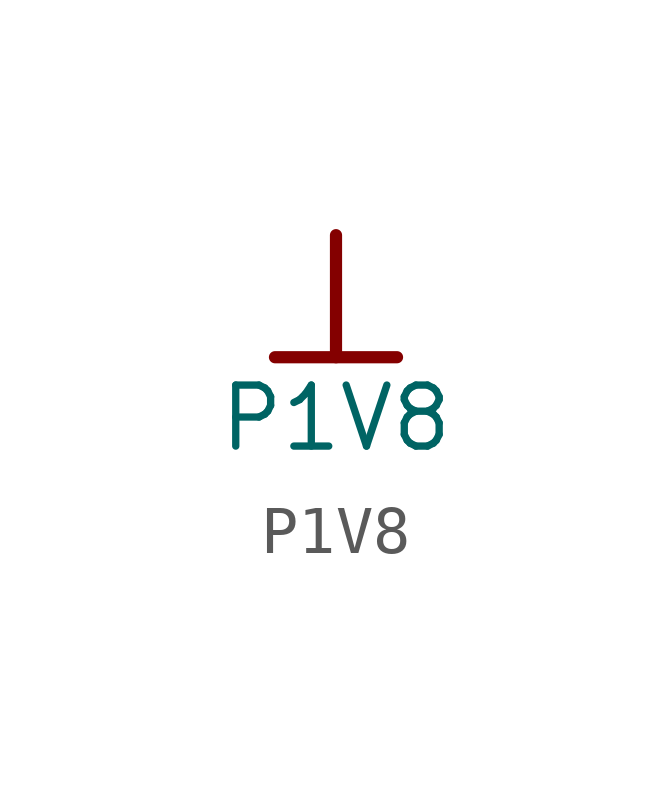
<source format=kicad_sym>
(kicad_symbol_lib
  (version 20231120)
  (generator "kicad_symbol_editor")
  (generator_version "8.0")
  (symbol "P1V8"
    (power)
    (property "Reference" "#PWR0185"
      (at 0 0 0)
      (effects (font (size 1.27 1.27)) (hide yes)))
    (property "Value" "P1V8"
      (at 0 -3.81 0)
      (effects (font (size 1.27 1.27))))
    (symbol "P1V8_0_0"
      (polyline (pts (xy -1.27 -2.54) (xy 1.27 -2.54)) (stroke (width 0.254) (type solid)) (fill (type none)))
      (polyline (pts (xy 0 0) (xy 0 -2.54)) (stroke (width 0.254) (type solid)) (fill (type none)))
      (pin power_in line (at 0 0 0) (length 0) hide (name "P1V8" (effects (font (size 1.27 1.27)))) (number "" (effects (font (size 1.27 1.27))))))))
</source>
